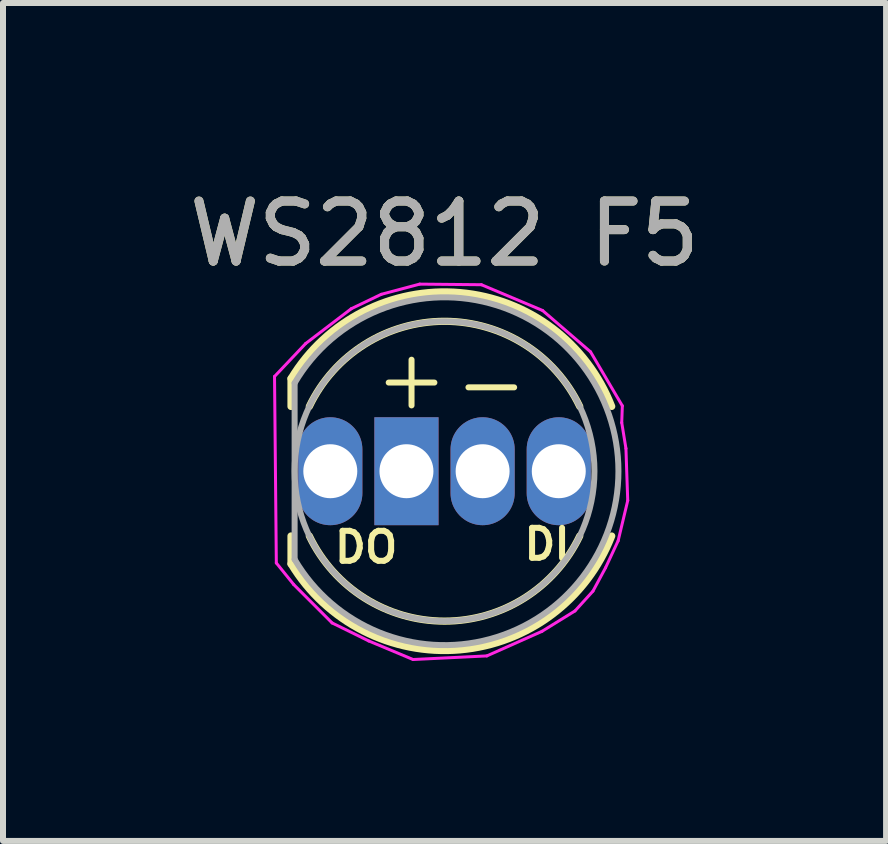
<source format=kicad_pcb>
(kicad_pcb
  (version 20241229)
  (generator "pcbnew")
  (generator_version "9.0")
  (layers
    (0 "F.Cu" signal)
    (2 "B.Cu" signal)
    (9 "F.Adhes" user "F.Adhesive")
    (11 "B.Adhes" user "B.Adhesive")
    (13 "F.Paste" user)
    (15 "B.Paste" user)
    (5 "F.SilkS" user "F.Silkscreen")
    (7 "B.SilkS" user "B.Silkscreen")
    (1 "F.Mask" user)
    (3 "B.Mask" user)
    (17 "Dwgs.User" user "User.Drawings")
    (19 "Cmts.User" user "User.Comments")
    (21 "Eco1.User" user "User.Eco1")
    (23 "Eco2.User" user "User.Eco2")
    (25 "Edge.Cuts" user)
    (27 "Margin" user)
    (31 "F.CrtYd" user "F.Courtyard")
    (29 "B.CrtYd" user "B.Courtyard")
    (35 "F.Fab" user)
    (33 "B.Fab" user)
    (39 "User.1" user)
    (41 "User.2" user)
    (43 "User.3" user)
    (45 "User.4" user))
  (footprint "WS2812 F5"
    (layer "F.Cu")
    (at 2.458 4.808)
    (property "Reference" "WS2812 F5" (at 1.905 -3.96 0) (layer "F.SilkS") (effects (font (size 1 1) (thickness 0.15))))
    (attr through_hole)
    (fp_line (start -0.655 -1.545) (end -0.655 -1.08) (stroke (width 0.12) (type solid)) (layer "F.SilkS"))
    (fp_line (start -0.655 1.08) (end -0.655 1.545) (stroke (width 0.12) (type solid)) (layer "F.SilkS"))
    (fp_arc (start -0.655 -1.54483) (mid 2.163456 -2.978809) (end 4.692815 -1.080827) (stroke (width 0.12) (type solid)) (layer "F.SilkS"))
    (fp_arc (start -0.349684 -1.08) (mid 1.904762 -2.5) (end 4.159479 -1.080429) (stroke (width 0.12) (type solid)) (layer "F.SilkS"))
    (fp_arc (start 4.159479 1.080429) (mid 1.904762 2.5) (end -0.349684 1.08) (stroke (width 0.12) (type solid)) (layer "F.SilkS"))
    (fp_arc (start 4.692815 1.080827) (mid 2.163456 2.978808) (end -0.655 1.54483) (stroke (width 0.12) (type solid)) (layer "F.SilkS"))
    (fp_line (start -0.93 -1.58) (end -0.41 -2.13) (stroke (width 0.05) (type default)) (layer "F.CrtYd"))
    (fp_line (start -0.9 1.53) (end -0.93 -1.58) (stroke (width 0.05) (type default)) (layer "F.CrtYd"))
    (fp_line (start -0.61 1.89) (end -0.9 1.53) (stroke (width 0.05) (type default)) (layer "F.CrtYd"))
    (fp_line (start -0.41 -2.13) (end 0.35 -2.71) (stroke (width 0.05) (type default)) (layer "F.CrtYd"))
    (fp_line (start 0.03 2.53) (end -0.61 1.89) (stroke (width 0.05) (type default)) (layer "F.CrtYd"))
    (fp_line (start 0.35 -2.71) (end 0.85 -2.95) (stroke (width 0.05) (type default)) (layer "F.CrtYd"))
    (fp_line (start 0.64 2.83) (end 0.03 2.53) (stroke (width 0.05) (type default)) (layer "F.CrtYd"))
    (fp_line (start 0.85 -2.95) (end 1.49 -3.12) (stroke (width 0.05) (type default)) (layer "F.CrtYd"))
    (fp_line (start 1.38 3.14) (end 0.64 2.83) (stroke (width 0.05) (type default)) (layer "F.CrtYd"))
    (fp_line (start 1.49 -3.12) (end 2.52 -3.11) (stroke (width 0.05) (type default)) (layer "F.CrtYd"))
    (fp_line (start 2.52 -3.11) (end 3.54 -2.68) (stroke (width 0.05) (type default)) (layer "F.CrtYd"))
    (fp_line (start 2.61 3.08) (end 1.38 3.14) (stroke (width 0.05) (type default)) (layer "F.CrtYd"))
    (fp_line (start 3.53 2.67) (end 2.61 3.08) (stroke (width 0.05) (type default)) (layer "F.CrtYd"))
    (fp_line (start 3.54 -2.68) (end 4.34 -1.99) (stroke (width 0.05) (type default)) (layer "F.CrtYd"))
    (fp_line (start 4.08 2.33) (end 3.53 2.67) (stroke (width 0.05) (type default)) (layer "F.CrtYd"))
    (fp_line (start 4.08 2.33) (end 4.38 2) (stroke (width 0.05) (type default)) (layer "F.CrtYd"))
    (fp_line (start 4.34 -1.99) (end 4.87 -1.09) (stroke (width 0.05) (type default)) (layer "F.CrtYd"))
    (fp_line (start 4.38 2) (end 4.59 1.61) (stroke (width 0.05) (type default)) (layer "F.CrtYd"))
    (fp_line (start 4.59 1.61) (end 4.8 1.16) (stroke (width 0.05) (type default)) (layer "F.CrtYd"))
    (fp_line (start 4.8 1.16) (end 4.96 0.49) (stroke (width 0.05) (type default)) (layer "F.CrtYd"))
    (fp_line (start 4.86 -0.81) (end 4.87 -1.09) (stroke (width 0.05) (type default)) (layer "F.CrtYd"))
    (fp_line (start 4.93 -0.38) (end 4.86 -0.81) (stroke (width 0.05) (type default)) (layer "F.CrtYd"))
    (fp_line (start 4.96 0.49) (end 4.93 -0.38) (stroke (width 0.05) (type default)) (layer "F.CrtYd"))
    (fp_line (start -0.595 -1.47) (end -0.595 1.47) (stroke (width 0.1) (type solid)) (layer "F.Fab"))
    (fp_arc (start -0.595 -1.469694) (mid 4.805 0.000016) (end -0.595016 1.469666) (stroke (width 0.1) (type solid)) (layer "F.Fab"))
    (fp_circle (center 1.905 0) (end 4.405 0) (stroke (width 0.1) (type solid)) (fill no) (layer "F.Fab"))
    (fp_text user "DO" (at 0.02 1.56 0) (unlocked yes) (layer "F.SilkS") (effects (font (size 0.5 0.5) (thickness 0.1)) (justify left bottom)))
    (fp_text user "DI" (at 3.18 1.51 0) (unlocked yes) (layer "F.SilkS") (effects (font (size 0.5 0.5) (thickness 0.1)) (justify left bottom)))
    (fp_text user "-" (at 2 -0.89 0) (unlocked yes) (layer "F.SilkS") (effects (font (size 1 1) (thickness 0.1)) (justify left bottom)))
    (fp_text user "+" (at 0.67 -0.97 0) (unlocked yes) (layer "F.SilkS") (effects (font (size 1 1) (thickness 0.1)) (justify left bottom)))
    (fp_text user "${REFERENCE}" (at 1.905 -3.96 0) (layer "F.Fab") (effects (font (size 1 1) (thickness 0.15))))
    (pad "1" thru_hole rect (at 1.27 0) (size 1.07 1.8) (drill 0.9) (layers "*.Cu" "*.Mask"))
    (pad "2" thru_hole oval (at 0 0) (size 1.07 1.8) (drill 0.9) (layers "*.Cu" "*.Mask"))
    (pad "3" thru_hole oval (at 2.54 0) (size 1.07 1.8) (drill 0.9) (layers "*.Cu" "*.Mask"))
    (pad "4" thru_hole oval (at 3.81 0) (size 1.07 1.8) (drill 0.9) (layers "*.Cu" "*.Mask")))
  (gr_rect
    (start -3 -3)
    (end 11.726 10.973)
    (stroke (width 0.1) (type default))
    (fill no)
    (layer "Edge.Cuts")))
</source>
